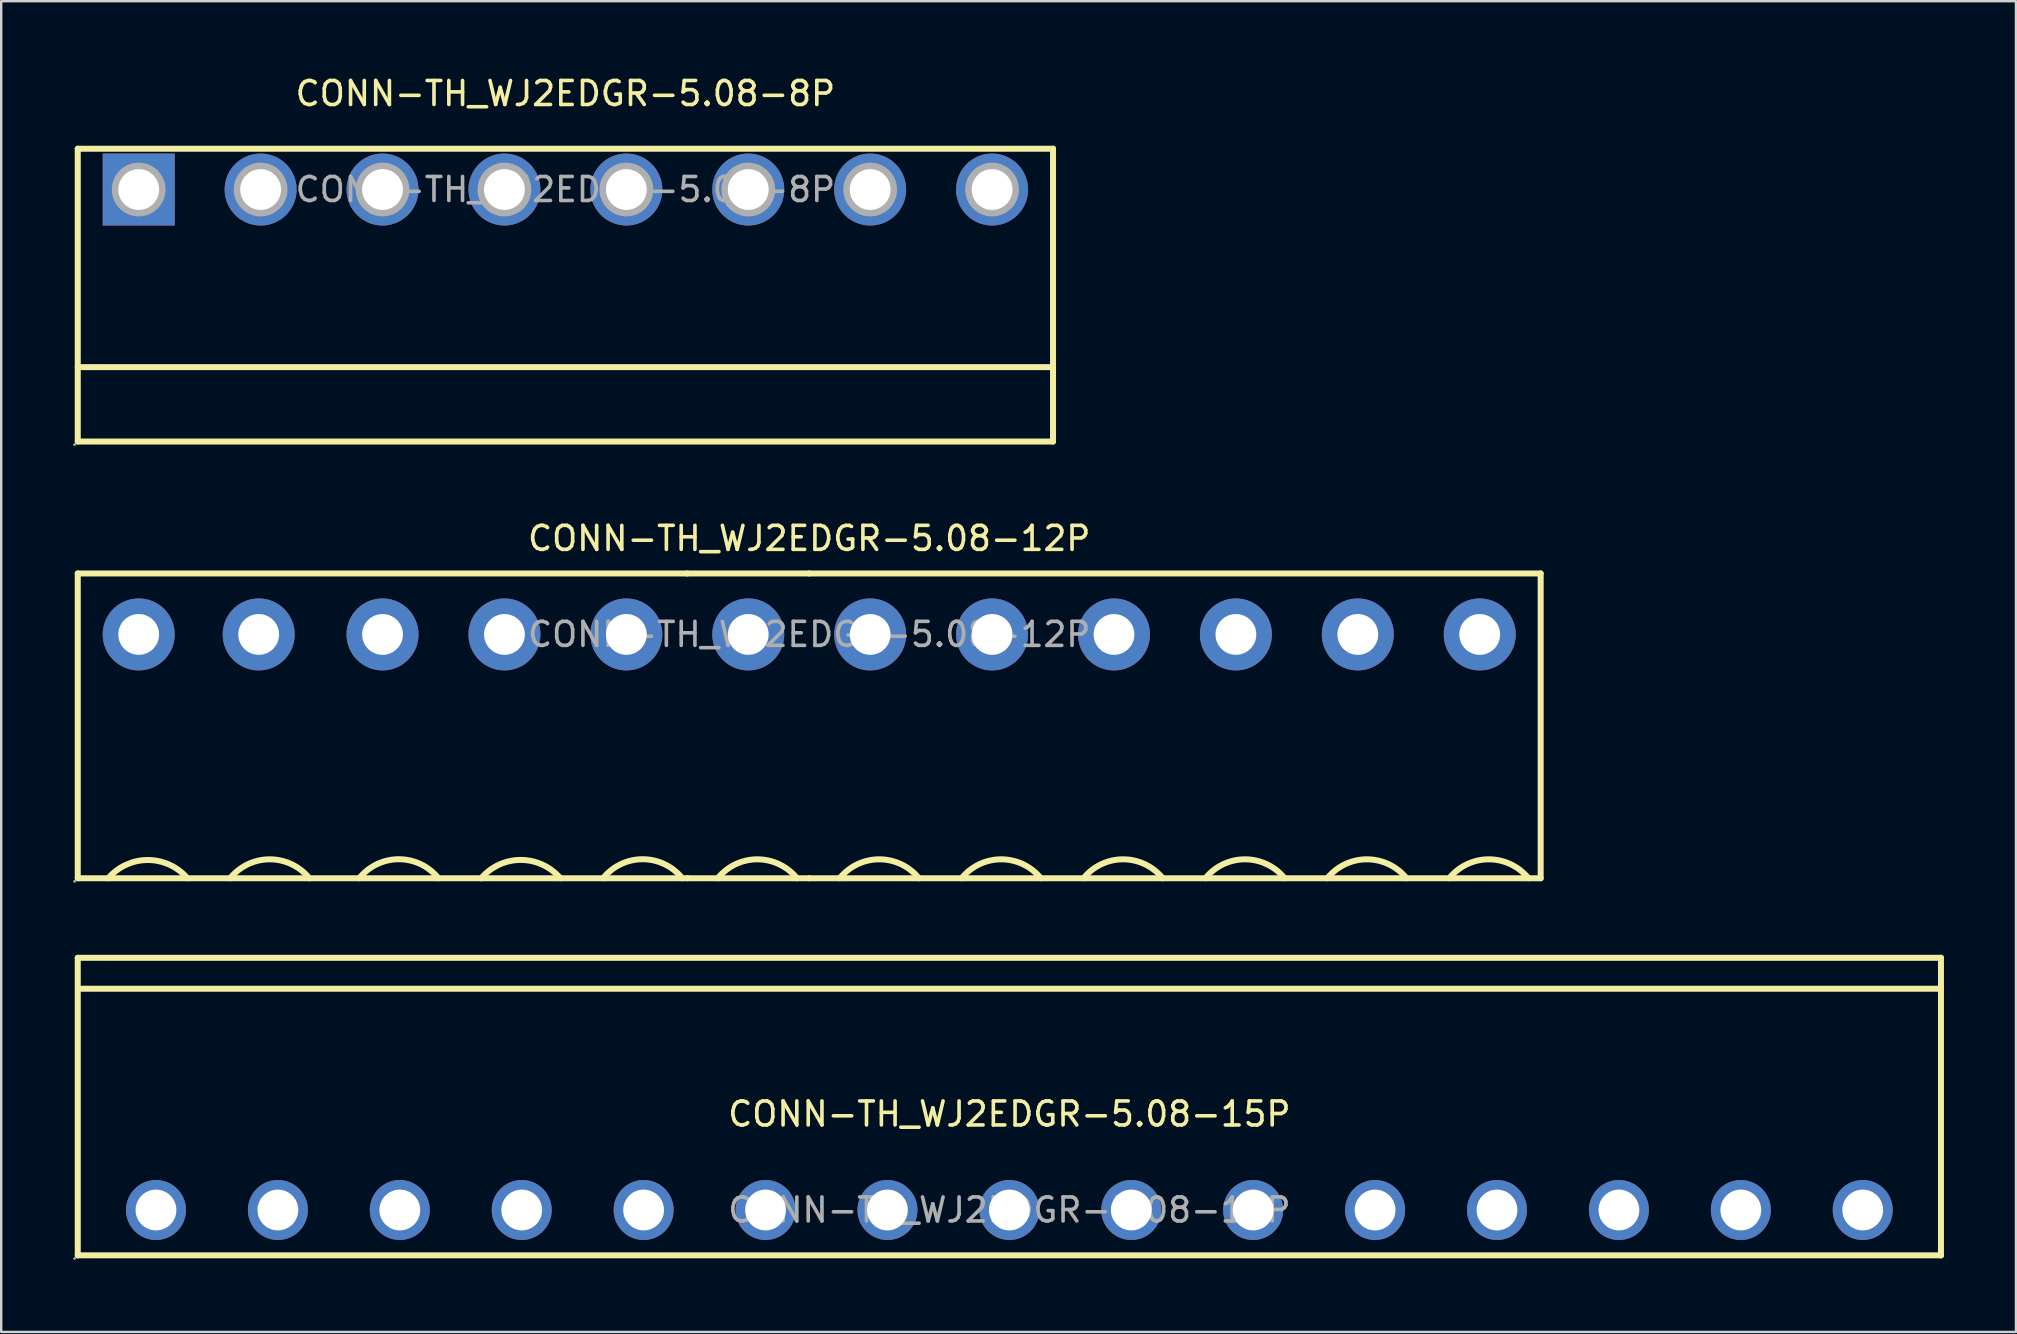
<source format=kicad_pcb>
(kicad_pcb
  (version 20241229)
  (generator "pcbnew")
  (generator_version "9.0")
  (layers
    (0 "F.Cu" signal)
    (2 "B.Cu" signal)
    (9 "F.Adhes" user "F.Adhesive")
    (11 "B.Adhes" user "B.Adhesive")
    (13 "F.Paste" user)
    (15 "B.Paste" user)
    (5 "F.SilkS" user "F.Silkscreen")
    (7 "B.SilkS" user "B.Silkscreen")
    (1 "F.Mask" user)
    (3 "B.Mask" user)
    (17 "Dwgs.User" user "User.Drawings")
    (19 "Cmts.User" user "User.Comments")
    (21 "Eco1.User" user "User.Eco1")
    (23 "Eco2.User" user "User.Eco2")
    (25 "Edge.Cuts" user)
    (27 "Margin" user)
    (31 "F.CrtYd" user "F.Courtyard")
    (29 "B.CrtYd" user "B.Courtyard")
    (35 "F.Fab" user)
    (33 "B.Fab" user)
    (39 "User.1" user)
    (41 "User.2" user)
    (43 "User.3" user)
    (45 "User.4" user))
  (footprint "CONN-TH_WJ2EDGR-5.08-15P"
    (layer "F.Cu")
    (at 39.01 47.371)
    (property "Reference" "CONN-TH_WJ2EDGR-5.08-15P" (at 0 -4 0) (layer "F.SilkS") (effects (font (size 1 1) (thickness 0.15))))
    (attr through_hole)
    (fp_line (start -38.82 -10.51) (end -38.82 1.89) (stroke (width 0.25) (type solid)) (layer "F.SilkS"))
    (fp_line (start -38.82 -10.51) (end 38.82 -10.51) (stroke (width 0.25) (type solid)) (layer "F.SilkS"))
    (fp_line (start -38.82 1.89) (end 38.82 1.89) (stroke (width 0.25) (type solid)) (layer "F.SilkS"))
    (fp_line (start -38.81 -9.22) (end 38.82 -9.22) (stroke (width 0.25) (type solid)) (layer "F.SilkS"))
    (fp_line (start 38.82 -10.51) (end 38.82 1.89) (stroke (width 0.25) (type solid)) (layer "F.SilkS"))
    (fp_circle (center -38.95 2.02) (end -38.92 2.02) (stroke (width 0.06) (type solid)) (fill no) (layer "F.Fab"))
    (fp_circle (center -35.56 0) (end -35.18 0) (stroke (width 0.75) (type solid)) (fill no) (layer "F.Fab"))
    (fp_circle (center -30.48 0) (end -30.1 0) (stroke (width 0.75) (type solid)) (fill no) (layer "F.Fab"))
    (fp_circle (center -25.4 0) (end -25.02 0) (stroke (width 0.75) (type solid)) (fill no) (layer "F.Fab"))
    (fp_circle (center -20.32 0) (end -19.94 0) (stroke (width 0.75) (type solid)) (fill no) (layer "F.Fab"))
    (fp_circle (center -15.24 0) (end -14.86 0) (stroke (width 0.75) (type solid)) (fill no) (layer "F.Fab"))
    (fp_circle (center -10.16 0) (end -9.78 0) (stroke (width 0.75) (type solid)) (fill no) (layer "F.Fab"))
    (fp_circle (center -5.08 0) (end -4.7 0) (stroke (width 0.75) (type solid)) (fill no) (layer "F.Fab"))
    (fp_circle (center 0 0) (end 0.38 0) (stroke (width 0.75) (type solid)) (fill no) (layer "F.Fab"))
    (fp_circle (center 5.08 0) (end 5.46 0) (stroke (width 0.75) (type solid)) (fill no) (layer "F.Fab"))
    (fp_circle (center 10.16 0) (end 10.54 0) (stroke (width 0.75) (type solid)) (fill no) (layer "F.Fab"))
    (fp_circle (center 15.24 0) (end 15.62 0) (stroke (width 0.75) (type solid)) (fill no) (layer "F.Fab"))
    (fp_circle (center 20.32 0) (end 20.7 0) (stroke (width 0.75) (type solid)) (fill no) (layer "F.Fab"))
    (fp_circle (center 25.4 0) (end 25.78 0) (stroke (width 0.75) (type solid)) (fill no) (layer "F.Fab"))
    (fp_circle (center 30.48 0) (end 30.86 0) (stroke (width 0.75) (type solid)) (fill no) (layer "F.Fab"))
    (fp_circle (center 35.56 0) (end 35.94 0) (stroke (width 0.75) (type solid)) (fill no) (layer "F.Fab"))
    (fp_text user "${REFERENCE}" (at 0 0 0) (layer "F.Fab") (effects (font (size 1 1) (thickness 0.15))))
    (pad "1" thru_hole circle (at -35.56 0) (size 2.5 2.5) (drill 1.7) (layers "*.Cu" "*.Paste" "*.Mask"))
    (pad "2" thru_hole circle (at -30.48 0) (size 2.5 2.5) (drill 1.7) (layers "*.Cu" "*.Paste" "*.Mask"))
    (pad "3" thru_hole circle (at -25.4 0) (size 2.5 2.5) (drill 1.7) (layers "*.Cu" "*.Paste" "*.Mask"))
    (pad "4" thru_hole circle (at -20.32 0) (size 2.5 2.5) (drill 1.7) (layers "*.Cu" "*.Paste" "*.Mask"))
    (pad "5" thru_hole circle (at -15.24 0) (size 2.5 2.5) (drill 1.7) (layers "*.Cu" "*.Paste" "*.Mask"))
    (pad "6" thru_hole circle (at -10.16 0) (size 2.5 2.5) (drill 1.7) (layers "*.Cu" "*.Paste" "*.Mask"))
    (pad "7" thru_hole circle (at -5.08 0) (size 2.5 2.5) (drill 1.7) (layers "*.Cu" "*.Paste" "*.Mask"))
    (pad "8" thru_hole circle (at 0 0) (size 2.5 2.5) (drill 1.7) (layers "*.Cu" "*.Paste" "*.Mask"))
    (pad "9" thru_hole circle (at 5.08 0) (size 2.5 2.5) (drill 1.7) (layers "*.Cu" "*.Paste" "*.Mask"))
    (pad "10" thru_hole circle (at 10.16 0) (size 2.5 2.5) (drill 1.7) (layers "*.Cu" "*.Paste" "*.Mask"))
    (pad "11" thru_hole circle (at 15.24 0) (size 2.5 2.5) (drill 1.7) (layers "*.Cu" "*.Paste" "*.Mask"))
    (pad "12" thru_hole circle (at 20.32 0) (size 2.5 2.5) (drill 1.7) (layers "*.Cu" "*.Paste" "*.Mask"))
    (pad "13" thru_hole circle (at 25.4 0) (size 2.5 2.5) (drill 1.7) (layers "*.Cu" "*.Paste" "*.Mask"))
    (pad "14" thru_hole circle (at 30.48 0) (size 2.5 2.5) (drill 1.7) (layers "*.Cu" "*.Paste" "*.Mask"))
    (pad "15" thru_hole circle (at 35.56 0) (size 2.5 2.5) (drill 1.7) (layers "*.Cu" "*.Paste" "*.Mask")))
  (footprint "CONN-TH_WJ2EDGR-5.08-12P"
    (layer "F.Cu")
    (at 30.67 23.387)
    (property "Reference" "CONN-TH_WJ2EDGR-5.08-12P" (at 0 -4 0) (layer "F.SilkS") (effects (font (size 1 1) (thickness 0.15))))
    (attr through_hole)
    (fp_line (start -30.48 -2.54) (end -30.48 10.16) (stroke (width 0.25) (type solid)) (layer "F.SilkS"))
    (fp_line (start -30.48 -2.54) (end -5.08 -2.54) (stroke (width 0.25) (type solid)) (layer "F.SilkS"))
    (fp_line (start -30.48 10.16) (end -5.08 10.16) (stroke (width 0.25) (type solid)) (layer "F.SilkS"))
    (fp_line (start -5.08 -2.54) (end 0 -2.54) (stroke (width 0.25) (type solid)) (layer "F.SilkS"))
    (fp_line (start -5.08 10.16) (end 0 10.16) (stroke (width 0.25) (type solid)) (layer "F.SilkS"))
    (fp_line (start 0 -2.54) (end 30.48 -2.54) (stroke (width 0.25) (type solid)) (layer "F.SilkS"))
    (fp_line (start 30.48 -2.54) (end 30.48 10.16) (stroke (width 0.25) (type solid)) (layer "F.SilkS"))
    (fp_line (start 30.48 10.16) (end 0 10.16) (stroke (width 0.25) (type solid)) (layer "F.SilkS"))
    (fp_arc (start -29.210511 10.160599) (mid -27.560394 9.399609) (end -25.91 10.16) (stroke (width 0.25) (type solid)) (layer "F.SilkS"))
    (fp_arc (start -24.128881 10.158614) (mid -22.479109 9.370709) (end -20.83 10.16) (stroke (width 0.25) (type solid)) (layer "F.SilkS"))
    (fp_arc (start -18.749069 10.158837) (mid -17.099255 9.366969) (end -15.45 10.16) (stroke (width 0.25) (type solid)) (layer "F.SilkS"))
    (fp_arc (start -13.670689 10.160812) (mid -12.020532 9.396091) (end -10.37 10.16) (stroke (width 0.25) (type solid)) (layer "F.SilkS"))
    (fp_arc (start -8.589069 10.158837) (mid -6.939255 9.366969) (end -5.29 10.16) (stroke (width 0.25) (type solid)) (layer "F.SilkS"))
    (fp_arc (start -3.808881 10.158614) (mid -2.159109 9.370709) (end -0.51 10.16) (stroke (width 0.25) (type solid)) (layer "F.SilkS"))
    (fp_arc (start 1.271119 10.158614) (mid 2.920891 9.370709) (end 4.57 10.16) (stroke (width 0.25) (type solid)) (layer "F.SilkS"))
    (fp_arc (start 6.351119 10.158614) (mid 8.000891 9.370709) (end 9.65 10.16) (stroke (width 0.25) (type solid)) (layer "F.SilkS"))
    (fp_arc (start 11.431119 10.158614) (mid 13.080891 9.370709) (end 14.73 10.16) (stroke (width 0.25) (type solid)) (layer "F.SilkS"))
    (fp_arc (start 16.511119 10.158614) (mid 18.160891 9.370709) (end 19.81 10.16) (stroke (width 0.25) (type solid)) (layer "F.SilkS"))
    (fp_arc (start 21.591119 10.158614) (mid 23.240891 9.370709) (end 24.89 10.16) (stroke (width 0.25) (type solid)) (layer "F.SilkS"))
    (fp_arc (start 26.671119 10.158614) (mid 28.320891 9.370709) (end 29.97 10.16) (stroke (width 0.25) (type solid)) (layer "F.SilkS"))
    (fp_circle (center -30.61 10.29) (end -30.58 10.29) (stroke (width 0.06) (type solid)) (fill no) (layer "F.Fab"))
    (fp_circle (center -27.94 0) (end -27.56 0) (stroke (width 0.75) (type solid)) (fill no) (layer "F.Fab"))
    (fp_circle (center -22.94 0) (end -22.56 0) (stroke (width 0.75) (type solid)) (fill no) (layer "F.Fab"))
    (fp_circle (center -17.78 0) (end -17.4 0) (stroke (width 0.75) (type solid)) (fill no) (layer "F.Fab"))
    (fp_circle (center -12.7 0) (end -12.32 0) (stroke (width 0.75) (type solid)) (fill no) (layer "F.Fab"))
    (fp_circle (center -7.62 0) (end -7.24 0) (stroke (width 0.75) (type solid)) (fill no) (layer "F.Fab"))
    (fp_circle (center -2.54 0) (end -2.16 0) (stroke (width 0.75) (type solid)) (fill no) (layer "F.Fab"))
    (fp_circle (center 2.54 0) (end 2.92 0) (stroke (width 0.75) (type solid)) (fill no) (layer "F.Fab"))
    (fp_circle (center 7.62 0) (end 8 0) (stroke (width 0.75) (type solid)) (fill no) (layer "F.Fab"))
    (fp_circle (center 12.7 0) (end 13.08 0) (stroke (width 0.75) (type solid)) (fill no) (layer "F.Fab"))
    (fp_circle (center 17.78 0) (end 18.16 0) (stroke (width 0.75) (type solid)) (fill no) (layer "F.Fab"))
    (fp_circle (center 22.86 0) (end 23.24 0) (stroke (width 0.75) (type solid)) (fill no) (layer "F.Fab"))
    (fp_circle (center 27.94 0) (end 28.32 0) (stroke (width 0.75) (type solid)) (fill no) (layer "F.Fab"))
    (fp_text user "${REFERENCE}" (at 0 0 0) (layer "F.Fab") (effects (font (size 1 1) (thickness 0.15))))
    (pad "1" thru_hole circle (at -27.94 0) (size 3 3) (drill 1.7) (layers "*.Cu" "*.Paste" "*.Mask"))
    (pad "2" thru_hole circle (at -22.94 0) (size 3 3) (drill 1.7) (layers "*.Cu" "*.Paste" "*.Mask"))
    (pad "3" thru_hole circle (at -17.78 0) (size 3 3) (drill 1.7) (layers "*.Cu" "*.Paste" "*.Mask"))
    (pad "4" thru_hole circle (at -12.7 0) (size 3 3) (drill 1.7) (layers "*.Cu" "*.Paste" "*.Mask"))
    (pad "5" thru_hole circle (at -7.62 0) (size 3 3) (drill 1.7) (layers "*.Cu" "*.Paste" "*.Mask"))
    (pad "6" thru_hole circle (at -2.54 0) (size 3 3) (drill 1.7) (layers "*.Cu" "*.Paste" "*.Mask"))
    (pad "7" thru_hole circle (at 2.54 0) (size 3 3) (drill 1.7) (layers "*.Cu" "*.Paste" "*.Mask"))
    (pad "8" thru_hole circle (at 7.62 0) (size 3 3) (drill 1.7) (layers "*.Cu" "*.Paste" "*.Mask"))
    (pad "9" thru_hole circle (at 12.7 0) (size 3 3) (drill 1.7) (layers "*.Cu" "*.Paste" "*.Mask"))
    (pad "10" thru_hole circle (at 17.78 0) (size 3 3) (drill 1.7) (layers "*.Cu" "*.Paste" "*.Mask"))
    (pad "11" thru_hole circle (at 22.86 0) (size 3 3) (drill 1.7) (layers "*.Cu" "*.Paste" "*.Mask"))
    (pad "12" thru_hole circle (at 27.94 0) (size 3 3) (drill 1.7) (layers "*.Cu" "*.Paste" "*.Mask")))
  (footprint "CONN-TH_WJ2EDGR-5.08-8P"
    (layer "F.Cu")
    (at 20.51 4.848)
    (property "Reference" "CONN-TH_WJ2EDGR-5.08-8P" (at 0 -4 0) (layer "F.SilkS") (effects (font (size 1 1) (thickness 0.15))))
    (attr through_hole)
    (fp_line (start -20.32 7.4) (end 20.32 7.4) (stroke (width 0.25) (type solid)) (layer "F.SilkS"))
    (fp_line (start -20.32 10.5) (end -20.32 -1.7) (stroke (width 0.25) (type solid)) (layer "F.SilkS"))
    (fp_line (start -20.32 10.5) (end 20.32 10.5) (stroke (width 0.25) (type solid)) (layer "F.SilkS"))
    (fp_line (start 20.32 -1.7) (end -20.32 -1.7) (stroke (width 0.25) (type solid)) (layer "F.SilkS"))
    (fp_line (start 20.32 10.5) (end 20.32 -1.7) (stroke (width 0.25) (type solid)) (layer "F.SilkS"))
    (fp_circle (center -20.45 10.63) (end -20.42 10.63) (stroke (width 0.06) (type solid)) (fill no) (layer "F.Fab"))
    (fp_circle (center -17.78 0) (end -17.41 0) (stroke (width 0.75) (type solid)) (fill no) (layer "F.Fab"))
    (fp_circle (center -12.7 0) (end -12.33 0) (stroke (width 0.75) (type solid)) (fill no) (layer "F.Fab"))
    (fp_circle (center -7.62 0) (end -7.25 0) (stroke (width 0.75) (type solid)) (fill no) (layer "F.Fab"))
    (fp_circle (center -2.54 0) (end -2.17 0) (stroke (width 0.75) (type solid)) (fill no) (layer "F.Fab"))
    (fp_circle (center 2.54 0) (end 2.91 0) (stroke (width 0.75) (type solid)) (fill no) (layer "F.Fab"))
    (fp_circle (center 7.62 0) (end 7.99 0) (stroke (width 0.75) (type solid)) (fill no) (layer "F.Fab"))
    (fp_circle (center 12.7 0) (end 13.07 0) (stroke (width 0.75) (type solid)) (fill no) (layer "F.Fab"))
    (fp_circle (center 17.78 0) (end 18.15 0) (stroke (width 0.75) (type solid)) (fill no) (layer "F.Fab"))
    (fp_text user "${REFERENCE}" (at 0 0 0) (layer "F.Fab") (effects (font (size 1 1) (thickness 0.15))))
    (pad "1" thru_hole rect (at -17.78 0) (size 3 3) (drill 1.7) (layers "*.Cu" "*.Paste" "*.Mask"))
    (pad "2" thru_hole circle (at -12.7 0) (size 3 3) (drill 1.7) (layers "*.Cu" "*.Paste" "*.Mask"))
    (pad "3" thru_hole circle (at -7.62 0) (size 3 3) (drill 1.7) (layers "*.Cu" "*.Paste" "*.Mask"))
    (pad "4" thru_hole circle (at -2.54 0) (size 3 3) (drill 1.7) (layers "*.Cu" "*.Paste" "*.Mask"))
    (pad "5" thru_hole circle (at 2.54 0) (size 3 3) (drill 1.7) (layers "*.Cu" "*.Paste" "*.Mask"))
    (pad "6" thru_hole circle (at 7.62 0) (size 3 3) (drill 1.7) (layers "*.Cu" "*.Paste" "*.Mask"))
    (pad "7" thru_hole circle (at 12.7 0) (size 3 3) (drill 1.7) (layers "*.Cu" "*.Paste" "*.Mask"))
    (pad "8" thru_hole circle (at 17.78 0) (size 3 3) (drill 1.7) (layers "*.Cu" "*.Paste" "*.Mask")))
  (gr_rect
    (start -3 -3)
    (end 80.955 52.452)
    (stroke (width 0.1) (type default))
    (fill no)
    (layer "Edge.Cuts")))
</source>
